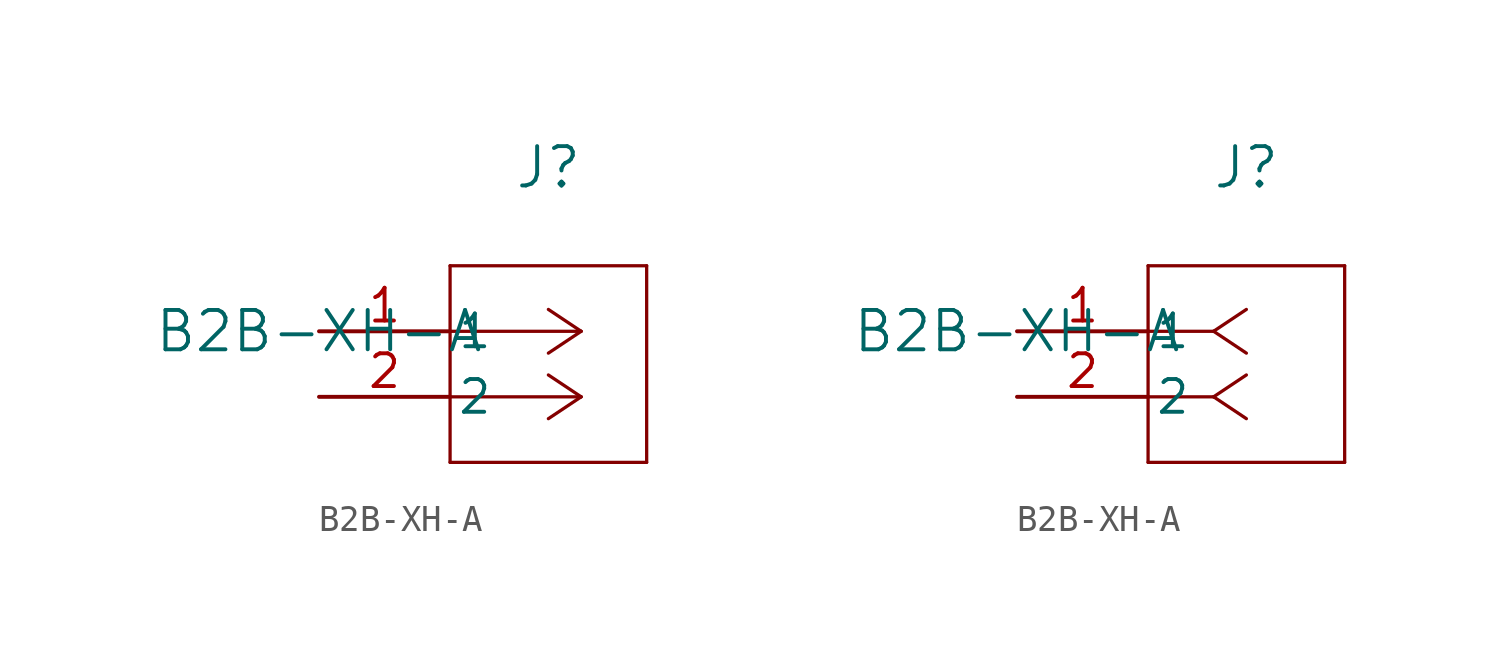
<source format=kicad_sym>
(kicad_symbol_lib
  (version 20211014)
  (generator kicad_symbol_editor)
  (symbol "B2B-XH-A"
    (pin_names
      (offset 0.254))
    (property "Reference" "J"
      (at 8.89 6.35 0)
      (effects (font (size 1.524 1.524))))
    (property "Value" "B2B-XH-A"
      (at 0 0 0)
      (effects (font (size 1.524 1.524))))
    (symbol "B2B-XH-A_1_1"
      (polyline (pts (xy 10.16 0) (xy 5.08 0)) (stroke (width 0.127) (type default) (color 0 0 0 0)) (fill (type none)))
      (polyline (pts (xy 10.16 -2.54) (xy 5.08 -2.54)) (stroke (width 0.127) (type default) (color 0 0 0 0)) (fill (type none)))
      (polyline (pts (xy 10.16 0) (xy 8.89 0.847)) (stroke (width 0.127) (type default) (color 0 0 0 0)) (fill (type none)))
      (polyline (pts (xy 10.16 -2.54) (xy 8.89 -1.693)) (stroke (width 0.127) (type default) (color 0 0 0 0)) (fill (type none)))
      (polyline (pts (xy 10.16 0) (xy 8.89 -0.847)) (stroke (width 0.127) (type default) (color 0 0 0 0)) (fill (type none)))
      (polyline (pts (xy 10.16 -2.54) (xy 8.89 -3.387)) (stroke (width 0.127) (type default) (color 0 0 0 0)) (fill (type none)))
      (polyline (pts (xy 5.08 2.54) (xy 5.08 -5.08)) (stroke (width 0.127) (type default) (color 0 0 0 0)) (fill (type none)))
      (polyline (pts (xy 5.08 -5.08) (xy 12.7 -5.08)) (stroke (width 0.127) (type default) (color 0 0 0 0)) (fill (type none)))
      (polyline (pts (xy 12.7 -5.08) (xy 12.7 2.54)) (stroke (width 0.127) (type default) (color 0 0 0 0)) (fill (type none)))
      (polyline (pts (xy 12.7 2.54) (xy 5.08 2.54)) (stroke (width 0.127) (type default) (color 0 0 0 0)) (fill (type none)))
      (pin unspecified line (at 0 0 0) (length 5.08) (name "1" (effects (font (size 1.27 1.27)))) (number "1" (effects (font (size 1.27 1.27)))))
      (pin unspecified line (at 0 -2.54 0) (length 5.08) (name "2" (effects (font (size 1.27 1.27)))) (number "2" (effects (font (size 1.27 1.27))))))
    (symbol "B2B-XH-A_1_2"
      (polyline (pts (xy 7.62 0) (xy 5.08 0)) (stroke (width 0.127) (type default) (color 0 0 0 0)) (fill (type none)))
      (polyline (pts (xy 7.62 -2.54) (xy 5.08 -2.54)) (stroke (width 0.127) (type default) (color 0 0 0 0)) (fill (type none)))
      (polyline (pts (xy 7.62 0) (xy 8.89 0.847)) (stroke (width 0.127) (type default) (color 0 0 0 0)) (fill (type none)))
      (polyline (pts (xy 7.62 -2.54) (xy 8.89 -1.693)) (stroke (width 0.127) (type default) (color 0 0 0 0)) (fill (type none)))
      (polyline (pts (xy 7.62 0) (xy 8.89 -0.847)) (stroke (width 0.127) (type default) (color 0 0 0 0)) (fill (type none)))
      (polyline (pts (xy 7.62 -2.54) (xy 8.89 -3.387)) (stroke (width 0.127) (type default) (color 0 0 0 0)) (fill (type none)))
      (polyline (pts (xy 5.08 2.54) (xy 5.08 -5.08)) (stroke (width 0.127) (type default) (color 0 0 0 0)) (fill (type none)))
      (polyline (pts (xy 5.08 -5.08) (xy 12.7 -5.08)) (stroke (width 0.127) (type default) (color 0 0 0 0)) (fill (type none)))
      (polyline (pts (xy 12.7 -5.08) (xy 12.7 2.54)) (stroke (width 0.127) (type default) (color 0 0 0 0)) (fill (type none)))
      (polyline (pts (xy 12.7 2.54) (xy 5.08 2.54)) (stroke (width 0.127) (type default) (color 0 0 0 0)) (fill (type none)))
      (pin unspecified line (at 0 0 0) (length 5.08) (name "1" (effects (font (size 1.27 1.27)))) (number "1" (effects (font (size 1.27 1.27)))))
      (pin unspecified line (at 0 -2.54 0) (length 5.08) (name "2" (effects (font (size 1.27 1.27)))) (number "2" (effects (font (size 1.27 1.27))))))))
</source>
